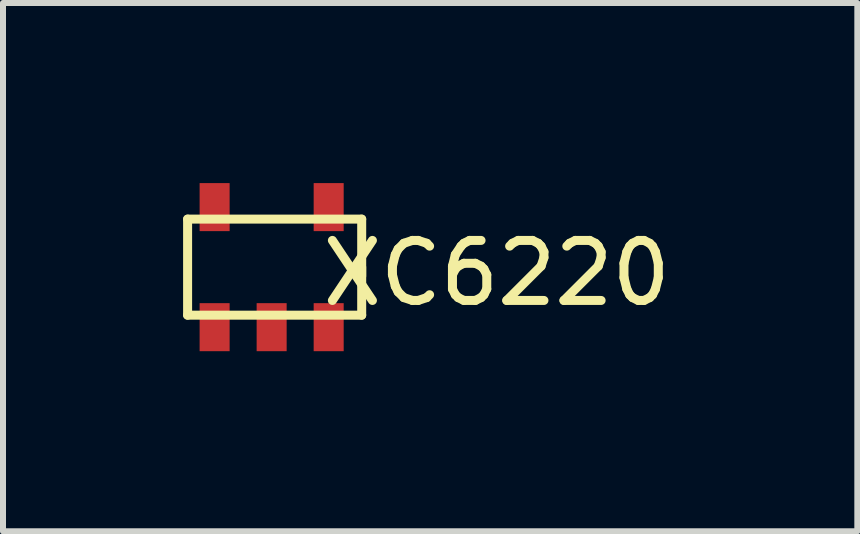
<source format=kicad_pcb>
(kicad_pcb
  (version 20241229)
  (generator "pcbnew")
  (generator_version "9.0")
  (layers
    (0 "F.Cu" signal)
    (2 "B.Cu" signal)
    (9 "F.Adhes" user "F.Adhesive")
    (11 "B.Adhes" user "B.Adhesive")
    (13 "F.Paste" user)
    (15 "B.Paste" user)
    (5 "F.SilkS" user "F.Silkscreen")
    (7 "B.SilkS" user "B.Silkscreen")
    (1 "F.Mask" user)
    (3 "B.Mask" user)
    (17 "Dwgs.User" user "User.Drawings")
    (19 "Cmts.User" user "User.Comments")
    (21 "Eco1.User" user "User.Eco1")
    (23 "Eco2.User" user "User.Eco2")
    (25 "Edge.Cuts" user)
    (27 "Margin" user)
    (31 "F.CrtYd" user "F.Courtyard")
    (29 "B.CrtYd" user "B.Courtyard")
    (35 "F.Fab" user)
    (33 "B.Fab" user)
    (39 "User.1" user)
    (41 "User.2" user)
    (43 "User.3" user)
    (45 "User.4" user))
  (footprint "XC6220"
    (layer "F.Cu")
    (at 1.525 1.4)
    (property "Reference" "XC6220" (at 3.7 0.1 0) (layer "F.SilkS") (effects (font (size 1 1) (thickness 0.15))))
    (attr through_hole)
    (fp_line (start -1.45 -0.8) (end 1.45 -0.8) (stroke (width 0.15) (type solid)) (layer "F.SilkS"))
    (fp_line (start -1.45 0.8) (end -1.45 -0.8) (stroke (width 0.15) (type solid)) (layer "F.SilkS"))
    (fp_line (start 1.45 -0.8) (end 1.45 0.15) (stroke (width 0.15) (type solid)) (layer "F.SilkS"))
    (fp_line (start 1.45 0) (end 1.45 0.8) (stroke (width 0.15) (type solid)) (layer "F.SilkS"))
    (fp_line (start 1.45 0.8) (end -1.45 0.8) (stroke (width 0.15) (type solid)) (layer "F.SilkS"))
    (pad "1" smd rect (at -1 1) (size 0.5 0.8) (layers "F.Cu" "F.Mask" "F.Paste"))
    (pad "2" smd rect (at -0.05 1) (size 0.5 0.8) (layers "F.Cu" "F.Mask" "F.Paste"))
    (pad "3" smd rect (at 0.9 1) (size 0.5 0.8) (layers "F.Cu" "F.Mask" "F.Paste"))
    (pad "4" smd rect (at 0.9 -1) (size 0.5 0.8) (layers "F.Cu" "F.Mask" "F.Paste"))
    (pad "5" smd rect (at -1 -1) (size 0.5 0.8) (layers "F.Cu" "F.Mask" "F.Paste")))
  (gr_rect
    (start -3 -3)
    (end 11.231 5.8)
    (stroke (width 0.1) (type default))
    (fill no)
    (layer "Edge.Cuts")))
</source>
